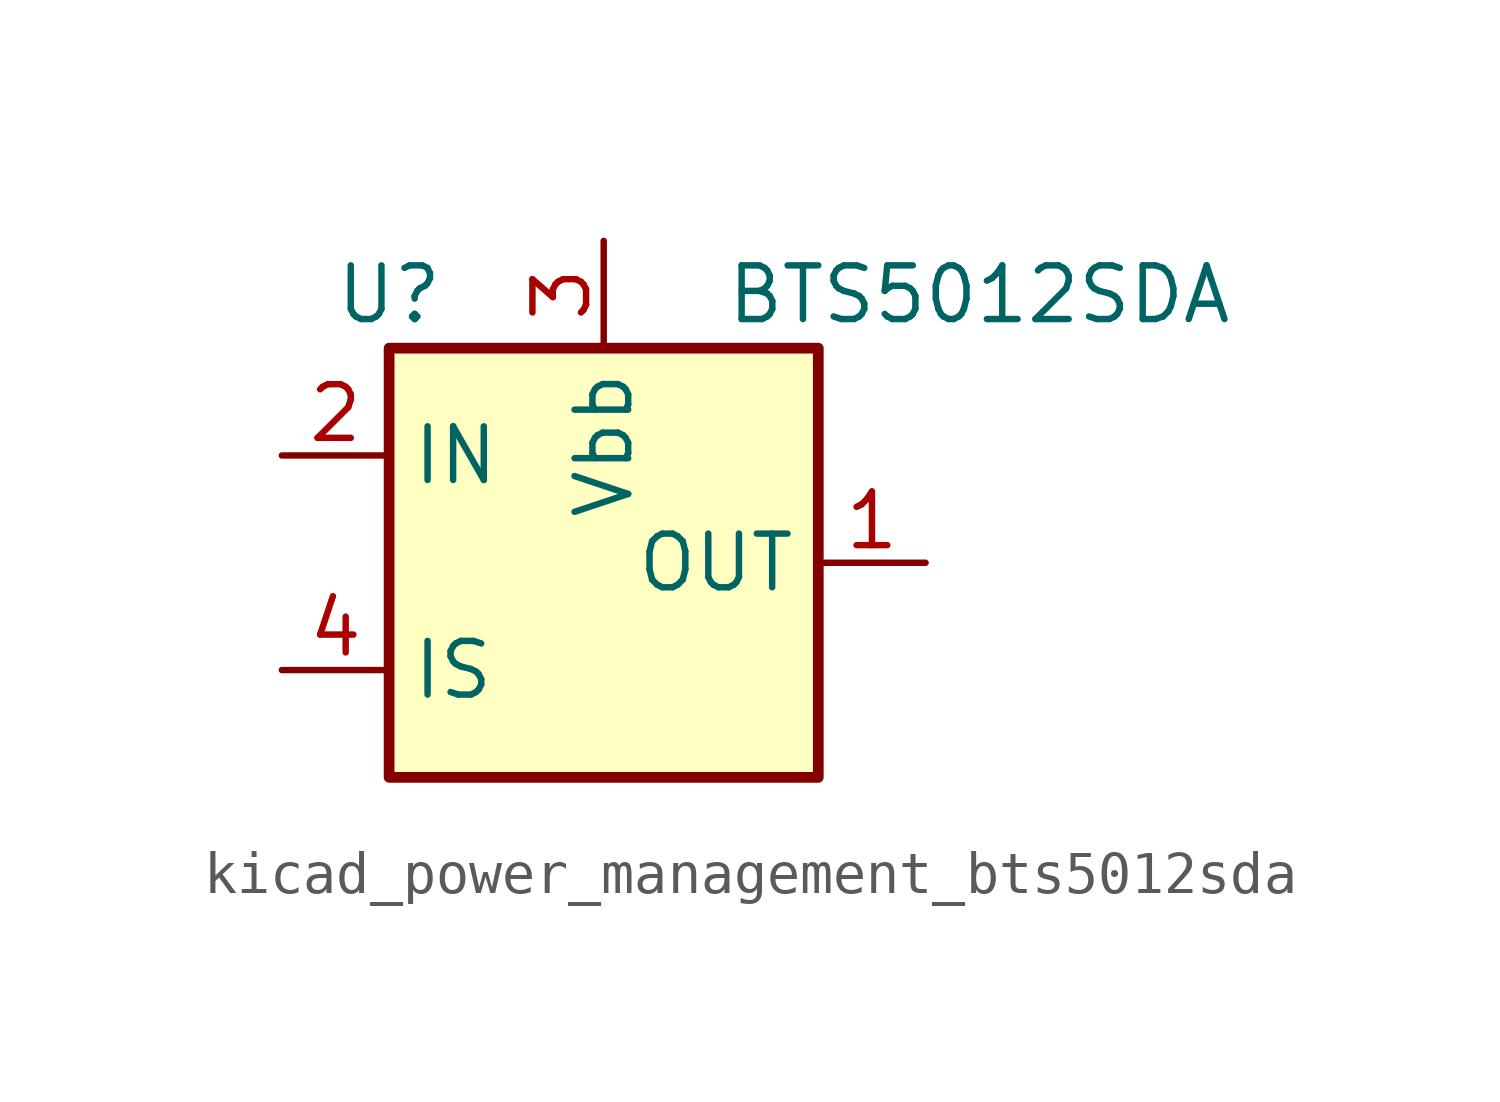
<source format=kicad_sym>
(kicad_symbol_lib
  (version 20220914)
  (generator kicad_symbol_editor)
  (symbol "kicad_power_management_bts5012sda"
    (property "Reference" "U"
      (at -5.08 6.35 0)
      (effects (font (size 1.27 1.27))))
    (property "Value" "BTS5012SDA"
      (at 8.89 6.35 0)
      (effects (font (size 1.27 1.27))))
    (symbol "kicad_power_management_bts5012sda_0_1"
      (rectangle (start -5.08 5.08) (end 5.08 -5.08) (stroke (width 0.254) (type default)) (fill (type background))))
    (symbol "kicad_power_management_bts5012sda_1_1"
      (pin power_out line (at 7.62 0 180) (length 2.54) (name "OUT" (effects (font (size 1.27 1.27)))) (number "1" (effects (font (size 1.27 1.27)))))
      (pin input line (at -7.62 2.54 0) (length 2.54) (name "IN" (effects (font (size 1.27 1.27)))) (number "2" (effects (font (size 1.27 1.27)))))
      (pin power_in line (at 0 7.62 270) (length 2.54) (name "Vbb" (effects (font (size 1.27 1.27)))) (number "3" (effects (font (size 1.27 1.27)))))
      (pin output line (at -7.62 -2.54 0) (length 2.54) (name "IS" (effects (font (size 1.27 1.27)))) (number "4" (effects (font (size 1.27 1.27)))))
      (pin passive line (at 7.62 0 180) (length 2.54) hide (name "OUT" (effects (font (size 1.27 1.27)))) (number "5" (effects (font (size 1.27 1.27))))))))
</source>
